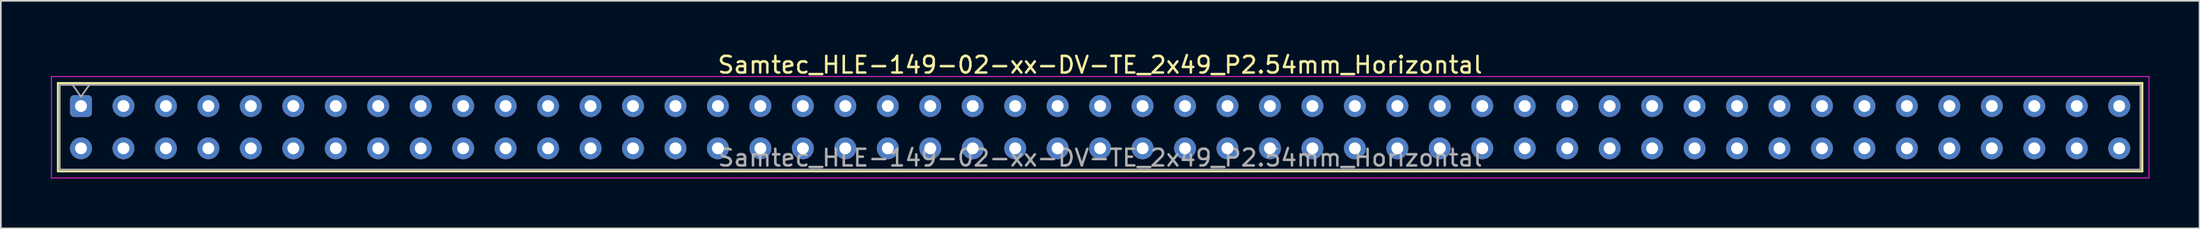
<source format=kicad_pcb>
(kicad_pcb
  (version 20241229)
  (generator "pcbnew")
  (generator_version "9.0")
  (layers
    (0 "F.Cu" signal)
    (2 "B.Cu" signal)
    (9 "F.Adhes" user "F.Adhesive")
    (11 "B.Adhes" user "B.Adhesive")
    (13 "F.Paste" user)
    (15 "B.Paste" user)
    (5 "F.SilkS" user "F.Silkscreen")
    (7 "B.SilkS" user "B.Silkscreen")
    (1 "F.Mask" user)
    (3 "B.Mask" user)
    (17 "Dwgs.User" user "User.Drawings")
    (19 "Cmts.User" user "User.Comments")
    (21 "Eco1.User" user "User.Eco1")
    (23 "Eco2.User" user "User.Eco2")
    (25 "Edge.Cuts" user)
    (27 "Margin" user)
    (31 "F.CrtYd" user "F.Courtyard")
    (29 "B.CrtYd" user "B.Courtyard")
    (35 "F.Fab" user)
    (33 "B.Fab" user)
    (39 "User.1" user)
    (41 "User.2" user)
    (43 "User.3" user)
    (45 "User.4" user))
  (footprint "Samtec_HLE-149-02-xx-DV-TE_2x49_P2.54mm_Horizontal"
    (layer "F.Cu")
    (at 1.795 3.318)
    (property "Reference" "Samtec_HLE-149-02-xx-DV-TE_2x49_P2.54mm_Horizontal" (at 60.96 -2.47 0) (layer "F.SilkS") (effects (font (size 1 1) (thickness 0.15))))
    (attr through_hole)
    (fp_line (start -1.38 -1.38) (end 123.3 -1.38) (stroke (width 0.12) (type solid)) (layer "F.SilkS"))
    (fp_line (start -1.38 3.92) (end -1.38 -1.38) (stroke (width 0.12) (type solid)) (layer "F.SilkS"))
    (fp_line (start 123.3 -1.38) (end 123.3 3.92) (stroke (width 0.12) (type solid)) (layer "F.SilkS"))
    (fp_line (start 123.3 3.92) (end -1.38 3.92) (stroke (width 0.12) (type solid)) (layer "F.SilkS"))
    (fp_line (start -1.77 -1.77) (end 123.7 -1.77) (stroke (width 0.05) (type solid)) (layer "F.CrtYd"))
    (fp_line (start -1.77 4.32) (end -1.77 -1.77) (stroke (width 0.05) (type solid)) (layer "F.CrtYd"))
    (fp_line (start 123.7 -1.77) (end 123.7 4.32) (stroke (width 0.05) (type solid)) (layer "F.CrtYd"))
    (fp_line (start 123.7 4.32) (end -1.77 4.32) (stroke (width 0.05) (type solid)) (layer "F.CrtYd"))
    (fp_line (start -1.27 -1.27) (end 123.19 -1.27) (stroke (width 0.1) (type solid)) (layer "F.Fab"))
    (fp_line (start -1.27 3.81) (end -1.27 -1.27) (stroke (width 0.1) (type solid)) (layer "F.Fab"))
    (fp_line (start -0.5 -1.27) (end 0 -0.563) (stroke (width 0.1) (type solid)) (layer "F.Fab"))
    (fp_line (start 0 -0.563) (end 0.5 -1.27) (stroke (width 0.1) (type solid)) (layer "F.Fab"))
    (fp_line (start 123.19 -1.27) (end 123.19 3.81) (stroke (width 0.1) (type solid)) (layer "F.Fab"))
    (fp_line (start 123.19 3.81) (end -1.27 3.81) (stroke (width 0.1) (type solid)) (layer "F.Fab"))
    (fp_text user "${REFERENCE}" (at 60.96 3.11 0) (layer "F.Fab") (effects (font (size 1 1) (thickness 0.15))))
    (pad "1" thru_hole roundrect (at 0 0) (size 1.31 1.31) (drill 0.71) (layers "*.Cu" "*.Mask") (roundrect_rratio 0.191))
    (pad "2" thru_hole circle (at 0 2.54) (size 1.31 1.31) (drill 0.71) (layers "*.Cu" "*.Mask"))
    (pad "3" thru_hole circle (at 2.54 0) (size 1.31 1.31) (drill 0.71) (layers "*.Cu" "*.Mask"))
    (pad "4" thru_hole circle (at 2.54 2.54) (size 1.31 1.31) (drill 0.71) (layers "*.Cu" "*.Mask"))
    (pad "5" thru_hole circle (at 5.08 0) (size 1.31 1.31) (drill 0.71) (layers "*.Cu" "*.Mask"))
    (pad "6" thru_hole circle (at 5.08 2.54) (size 1.31 1.31) (drill 0.71) (layers "*.Cu" "*.Mask"))
    (pad "7" thru_hole circle (at 7.62 0) (size 1.31 1.31) (drill 0.71) (layers "*.Cu" "*.Mask"))
    (pad "8" thru_hole circle (at 7.62 2.54) (size 1.31 1.31) (drill 0.71) (layers "*.Cu" "*.Mask"))
    (pad "9" thru_hole circle (at 10.16 0) (size 1.31 1.31) (drill 0.71) (layers "*.Cu" "*.Mask"))
    (pad "10" thru_hole circle (at 10.16 2.54) (size 1.31 1.31) (drill 0.71) (layers "*.Cu" "*.Mask"))
    (pad "11" thru_hole circle (at 12.7 0) (size 1.31 1.31) (drill 0.71) (layers "*.Cu" "*.Mask"))
    (pad "12" thru_hole circle (at 12.7 2.54) (size 1.31 1.31) (drill 0.71) (layers "*.Cu" "*.Mask"))
    (pad "13" thru_hole circle (at 15.24 0) (size 1.31 1.31) (drill 0.71) (layers "*.Cu" "*.Mask"))
    (pad "14" thru_hole circle (at 15.24 2.54) (size 1.31 1.31) (drill 0.71) (layers "*.Cu" "*.Mask"))
    (pad "15" thru_hole circle (at 17.78 0) (size 1.31 1.31) (drill 0.71) (layers "*.Cu" "*.Mask"))
    (pad "16" thru_hole circle (at 17.78 2.54) (size 1.31 1.31) (drill 0.71) (layers "*.Cu" "*.Mask"))
    (pad "17" thru_hole circle (at 20.32 0) (size 1.31 1.31) (drill 0.71) (layers "*.Cu" "*.Mask"))
    (pad "18" thru_hole circle (at 20.32 2.54) (size 1.31 1.31) (drill 0.71) (layers "*.Cu" "*.Mask"))
    (pad "19" thru_hole circle (at 22.86 0) (size 1.31 1.31) (drill 0.71) (layers "*.Cu" "*.Mask"))
    (pad "20" thru_hole circle (at 22.86 2.54) (size 1.31 1.31) (drill 0.71) (layers "*.Cu" "*.Mask"))
    (pad "21" thru_hole circle (at 25.4 0) (size 1.31 1.31) (drill 0.71) (layers "*.Cu" "*.Mask"))
    (pad "22" thru_hole circle (at 25.4 2.54) (size 1.31 1.31) (drill 0.71) (layers "*.Cu" "*.Mask"))
    (pad "23" thru_hole circle (at 27.94 0) (size 1.31 1.31) (drill 0.71) (layers "*.Cu" "*.Mask"))
    (pad "24" thru_hole circle (at 27.94 2.54) (size 1.31 1.31) (drill 0.71) (layers "*.Cu" "*.Mask"))
    (pad "25" thru_hole circle (at 30.48 0) (size 1.31 1.31) (drill 0.71) (layers "*.Cu" "*.Mask"))
    (pad "26" thru_hole circle (at 30.48 2.54) (size 1.31 1.31) (drill 0.71) (layers "*.Cu" "*.Mask"))
    (pad "27" thru_hole circle (at 33.02 0) (size 1.31 1.31) (drill 0.71) (layers "*.Cu" "*.Mask"))
    (pad "28" thru_hole circle (at 33.02 2.54) (size 1.31 1.31) (drill 0.71) (layers "*.Cu" "*.Mask"))
    (pad "29" thru_hole circle (at 35.56 0) (size 1.31 1.31) (drill 0.71) (layers "*.Cu" "*.Mask"))
    (pad "30" thru_hole circle (at 35.56 2.54) (size 1.31 1.31) (drill 0.71) (layers "*.Cu" "*.Mask"))
    (pad "31" thru_hole circle (at 38.1 0) (size 1.31 1.31) (drill 0.71) (layers "*.Cu" "*.Mask"))
    (pad "32" thru_hole circle (at 38.1 2.54) (size 1.31 1.31) (drill 0.71) (layers "*.Cu" "*.Mask"))
    (pad "33" thru_hole circle (at 40.64 0) (size 1.31 1.31) (drill 0.71) (layers "*.Cu" "*.Mask"))
    (pad "34" thru_hole circle (at 40.64 2.54) (size 1.31 1.31) (drill 0.71) (layers "*.Cu" "*.Mask"))
    (pad "35" thru_hole circle (at 43.18 0) (size 1.31 1.31) (drill 0.71) (layers "*.Cu" "*.Mask"))
    (pad "36" thru_hole circle (at 43.18 2.54) (size 1.31 1.31) (drill 0.71) (layers "*.Cu" "*.Mask"))
    (pad "37" thru_hole circle (at 45.72 0) (size 1.31 1.31) (drill 0.71) (layers "*.Cu" "*.Mask"))
    (pad "38" thru_hole circle (at 45.72 2.54) (size 1.31 1.31) (drill 0.71) (layers "*.Cu" "*.Mask"))
    (pad "39" thru_hole circle (at 48.26 0) (size 1.31 1.31) (drill 0.71) (layers "*.Cu" "*.Mask"))
    (pad "40" thru_hole circle (at 48.26 2.54) (size 1.31 1.31) (drill 0.71) (layers "*.Cu" "*.Mask"))
    (pad "41" thru_hole circle (at 50.8 0) (size 1.31 1.31) (drill 0.71) (layers "*.Cu" "*.Mask"))
    (pad "42" thru_hole circle (at 50.8 2.54) (size 1.31 1.31) (drill 0.71) (layers "*.Cu" "*.Mask"))
    (pad "43" thru_hole circle (at 53.34 0) (size 1.31 1.31) (drill 0.71) (layers "*.Cu" "*.Mask"))
    (pad "44" thru_hole circle (at 53.34 2.54) (size 1.31 1.31) (drill 0.71) (layers "*.Cu" "*.Mask"))
    (pad "45" thru_hole circle (at 55.88 0) (size 1.31 1.31) (drill 0.71) (layers "*.Cu" "*.Mask"))
    (pad "46" thru_hole circle (at 55.88 2.54) (size 1.31 1.31) (drill 0.71) (layers "*.Cu" "*.Mask"))
    (pad "47" thru_hole circle (at 58.42 0) (size 1.31 1.31) (drill 0.71) (layers "*.Cu" "*.Mask"))
    (pad "48" thru_hole circle (at 58.42 2.54) (size 1.31 1.31) (drill 0.71) (layers "*.Cu" "*.Mask"))
    (pad "49" thru_hole circle (at 60.96 0) (size 1.31 1.31) (drill 0.71) (layers "*.Cu" "*.Mask"))
    (pad "50" thru_hole circle (at 60.96 2.54) (size 1.31 1.31) (drill 0.71) (layers "*.Cu" "*.Mask"))
    (pad "51" thru_hole circle (at 63.5 0) (size 1.31 1.31) (drill 0.71) (layers "*.Cu" "*.Mask"))
    (pad "52" thru_hole circle (at 63.5 2.54) (size 1.31 1.31) (drill 0.71) (layers "*.Cu" "*.Mask"))
    (pad "53" thru_hole circle (at 66.04 0) (size 1.31 1.31) (drill 0.71) (layers "*.Cu" "*.Mask"))
    (pad "54" thru_hole circle (at 66.04 2.54) (size 1.31 1.31) (drill 0.71) (layers "*.Cu" "*.Mask"))
    (pad "55" thru_hole circle (at 68.58 0) (size 1.31 1.31) (drill 0.71) (layers "*.Cu" "*.Mask"))
    (pad "56" thru_hole circle (at 68.58 2.54) (size 1.31 1.31) (drill 0.71) (layers "*.Cu" "*.Mask"))
    (pad "57" thru_hole circle (at 71.12 0) (size 1.31 1.31) (drill 0.71) (layers "*.Cu" "*.Mask"))
    (pad "58" thru_hole circle (at 71.12 2.54) (size 1.31 1.31) (drill 0.71) (layers "*.Cu" "*.Mask"))
    (pad "59" thru_hole circle (at 73.66 0) (size 1.31 1.31) (drill 0.71) (layers "*.Cu" "*.Mask"))
    (pad "60" thru_hole circle (at 73.66 2.54) (size 1.31 1.31) (drill 0.71) (layers "*.Cu" "*.Mask"))
    (pad "61" thru_hole circle (at 76.2 0) (size 1.31 1.31) (drill 0.71) (layers "*.Cu" "*.Mask"))
    (pad "62" thru_hole circle (at 76.2 2.54) (size 1.31 1.31) (drill 0.71) (layers "*.Cu" "*.Mask"))
    (pad "63" thru_hole circle (at 78.74 0) (size 1.31 1.31) (drill 0.71) (layers "*.Cu" "*.Mask"))
    (pad "64" thru_hole circle (at 78.74 2.54) (size 1.31 1.31) (drill 0.71) (layers "*.Cu" "*.Mask"))
    (pad "65" thru_hole circle (at 81.28 0) (size 1.31 1.31) (drill 0.71) (layers "*.Cu" "*.Mask"))
    (pad "66" thru_hole circle (at 81.28 2.54) (size 1.31 1.31) (drill 0.71) (layers "*.Cu" "*.Mask"))
    (pad "67" thru_hole circle (at 83.82 0) (size 1.31 1.31) (drill 0.71) (layers "*.Cu" "*.Mask"))
    (pad "68" thru_hole circle (at 83.82 2.54) (size 1.31 1.31) (drill 0.71) (layers "*.Cu" "*.Mask"))
    (pad "69" thru_hole circle (at 86.36 0) (size 1.31 1.31) (drill 0.71) (layers "*.Cu" "*.Mask"))
    (pad "70" thru_hole circle (at 86.36 2.54) (size 1.31 1.31) (drill 0.71) (layers "*.Cu" "*.Mask"))
    (pad "71" thru_hole circle (at 88.9 0) (size 1.31 1.31) (drill 0.71) (layers "*.Cu" "*.Mask"))
    (pad "72" thru_hole circle (at 88.9 2.54) (size 1.31 1.31) (drill 0.71) (layers "*.Cu" "*.Mask"))
    (pad "73" thru_hole circle (at 91.44 0) (size 1.31 1.31) (drill 0.71) (layers "*.Cu" "*.Mask"))
    (pad "74" thru_hole circle (at 91.44 2.54) (size 1.31 1.31) (drill 0.71) (layers "*.Cu" "*.Mask"))
    (pad "75" thru_hole circle (at 93.98 0) (size 1.31 1.31) (drill 0.71) (layers "*.Cu" "*.Mask"))
    (pad "76" thru_hole circle (at 93.98 2.54) (size 1.31 1.31) (drill 0.71) (layers "*.Cu" "*.Mask"))
    (pad "77" thru_hole circle (at 96.52 0) (size 1.31 1.31) (drill 0.71) (layers "*.Cu" "*.Mask"))
    (pad "78" thru_hole circle (at 96.52 2.54) (size 1.31 1.31) (drill 0.71) (layers "*.Cu" "*.Mask"))
    (pad "79" thru_hole circle (at 99.06 0) (size 1.31 1.31) (drill 0.71) (layers "*.Cu" "*.Mask"))
    (pad "80" thru_hole circle (at 99.06 2.54) (size 1.31 1.31) (drill 0.71) (layers "*.Cu" "*.Mask"))
    (pad "81" thru_hole circle (at 101.6 0) (size 1.31 1.31) (drill 0.71) (layers "*.Cu" "*.Mask"))
    (pad "82" thru_hole circle (at 101.6 2.54) (size 1.31 1.31) (drill 0.71) (layers "*.Cu" "*.Mask"))
    (pad "83" thru_hole circle (at 104.14 0) (size 1.31 1.31) (drill 0.71) (layers "*.Cu" "*.Mask"))
    (pad "84" thru_hole circle (at 104.14 2.54) (size 1.31 1.31) (drill 0.71) (layers "*.Cu" "*.Mask"))
    (pad "85" thru_hole circle (at 106.68 0) (size 1.31 1.31) (drill 0.71) (layers "*.Cu" "*.Mask"))
    (pad "86" thru_hole circle (at 106.68 2.54) (size 1.31 1.31) (drill 0.71) (layers "*.Cu" "*.Mask"))
    (pad "87" thru_hole circle (at 109.22 0) (size 1.31 1.31) (drill 0.71) (layers "*.Cu" "*.Mask"))
    (pad "88" thru_hole circle (at 109.22 2.54) (size 1.31 1.31) (drill 0.71) (layers "*.Cu" "*.Mask"))
    (pad "89" thru_hole circle (at 111.76 0) (size 1.31 1.31) (drill 0.71) (layers "*.Cu" "*.Mask"))
    (pad "90" thru_hole circle (at 111.76 2.54) (size 1.31 1.31) (drill 0.71) (layers "*.Cu" "*.Mask"))
    (pad "91" thru_hole circle (at 114.3 0) (size 1.31 1.31) (drill 0.71) (layers "*.Cu" "*.Mask"))
    (pad "92" thru_hole circle (at 114.3 2.54) (size 1.31 1.31) (drill 0.71) (layers "*.Cu" "*.Mask"))
    (pad "93" thru_hole circle (at 116.84 0) (size 1.31 1.31) (drill 0.71) (layers "*.Cu" "*.Mask"))
    (pad "94" thru_hole circle (at 116.84 2.54) (size 1.31 1.31) (drill 0.71) (layers "*.Cu" "*.Mask"))
    (pad "95" thru_hole circle (at 119.38 0) (size 1.31 1.31) (drill 0.71) (layers "*.Cu" "*.Mask"))
    (pad "96" thru_hole circle (at 119.38 2.54) (size 1.31 1.31) (drill 0.71) (layers "*.Cu" "*.Mask"))
    (pad "97" thru_hole circle (at 121.92 0) (size 1.31 1.31) (drill 0.71) (layers "*.Cu" "*.Mask"))
    (pad "98" thru_hole circle (at 121.92 2.54) (size 1.31 1.31) (drill 0.71) (layers "*.Cu" "*.Mask")))
  (gr_rect
    (start -3 -3)
    (end 128.52 10.663)
    (stroke (width 0.1) (type default))
    (fill no)
    (layer "Edge.Cuts")))
</source>
